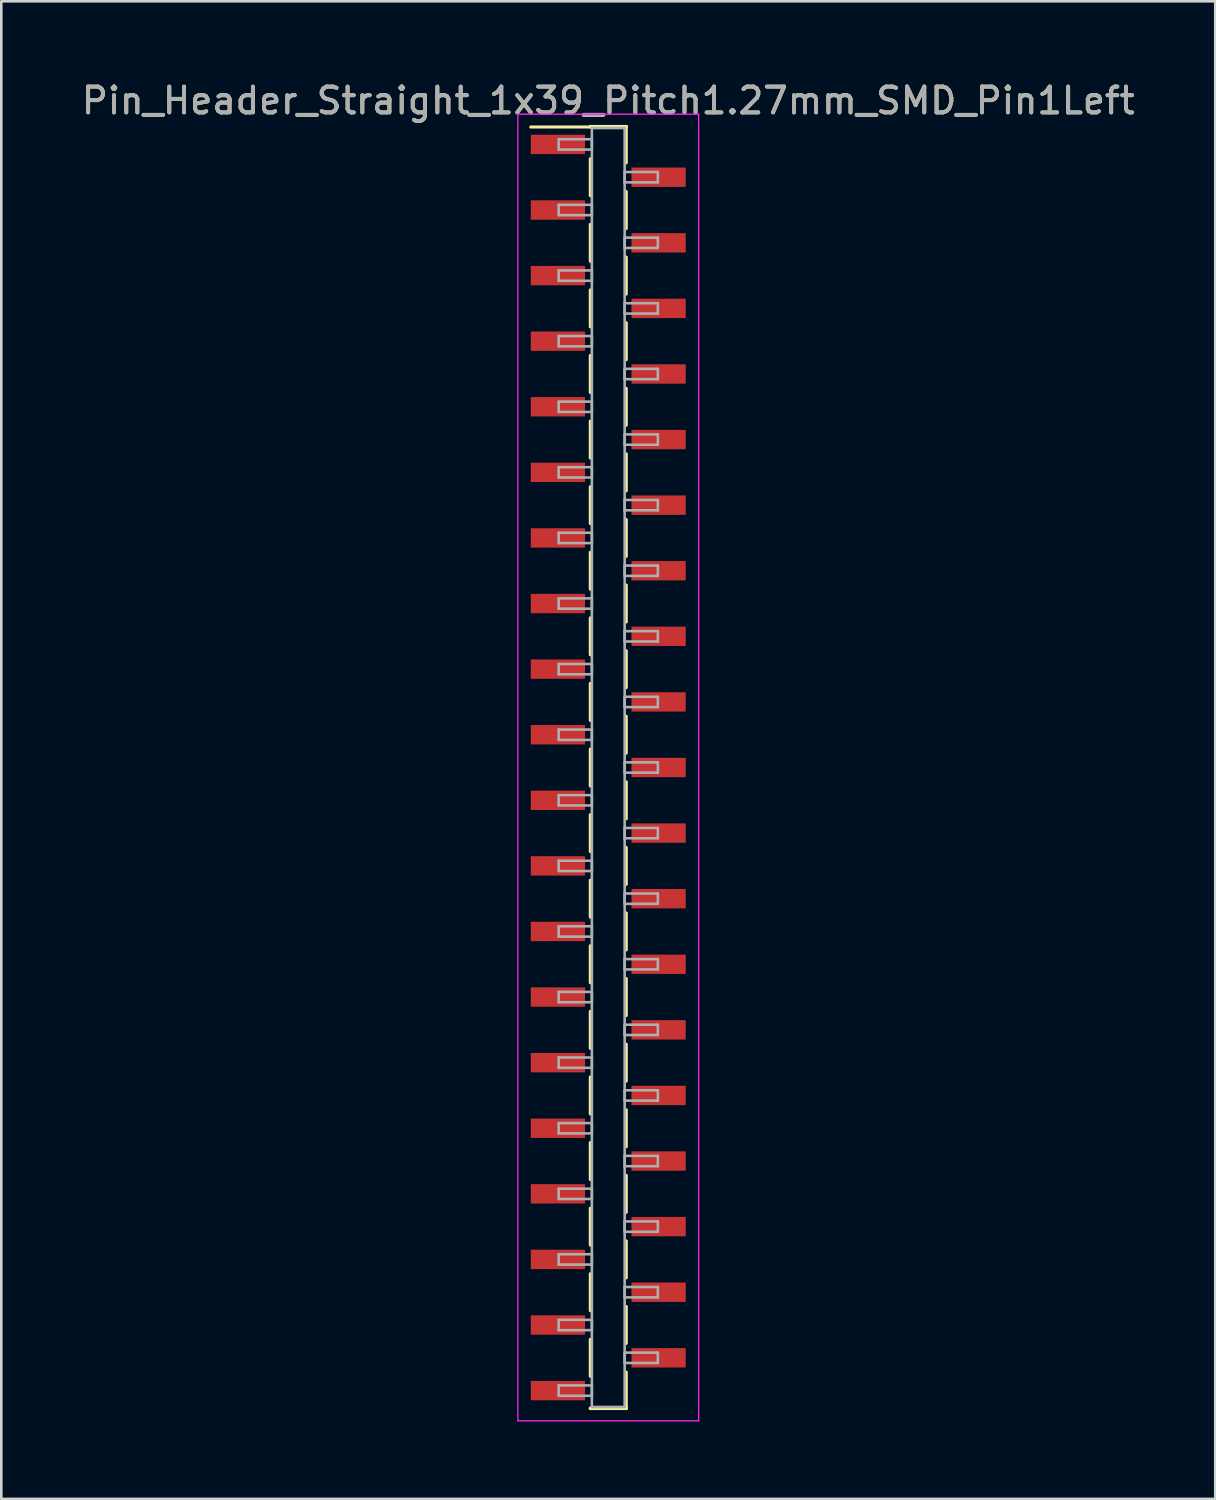
<source format=kicad_pcb>
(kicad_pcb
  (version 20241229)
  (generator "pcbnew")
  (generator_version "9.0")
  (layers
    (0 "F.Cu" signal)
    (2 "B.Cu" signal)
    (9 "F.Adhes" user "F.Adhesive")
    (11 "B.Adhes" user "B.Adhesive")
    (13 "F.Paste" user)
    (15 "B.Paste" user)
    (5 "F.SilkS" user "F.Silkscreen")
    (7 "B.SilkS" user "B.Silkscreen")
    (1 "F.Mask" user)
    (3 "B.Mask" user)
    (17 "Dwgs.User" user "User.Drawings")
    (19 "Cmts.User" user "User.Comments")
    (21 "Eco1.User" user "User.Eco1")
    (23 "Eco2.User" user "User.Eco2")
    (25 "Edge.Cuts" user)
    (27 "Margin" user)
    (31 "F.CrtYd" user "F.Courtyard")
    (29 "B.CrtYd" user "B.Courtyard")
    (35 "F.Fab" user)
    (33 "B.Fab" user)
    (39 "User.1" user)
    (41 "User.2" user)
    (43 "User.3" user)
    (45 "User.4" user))
  (footprint "Pin_Header_Straight_1x39_Pitch1.27mm_SMD_Pin1Left"
    (layer "F.Cu")
    (at 20.506 26.673)
    (property "Reference" "Pin_Header_Straight_1x39_Pitch1.27mm_SMD_Pin1Left" (at 0 -25.825 0) (layer "F.SilkS") (effects (font (size 1 1) (thickness 0.15))))
    (attr smd)
    (fp_line (start -0.695 -24.825) (end 0.695 -24.825) (stroke (width 0.12) (type solid)) (layer "F.SilkS"))
    (fp_line (start -0.695 -24.805) (end -3 -24.805) (stroke (width 0.12) (type solid)) (layer "F.SilkS"))
    (fp_line (start -0.695 -24.805) (end -0.695 -24.825) (stroke (width 0.12) (type solid)) (layer "F.SilkS"))
    (fp_line (start -0.695 -23.575) (end -0.695 -22.145) (stroke (width 0.12) (type solid)) (layer "F.SilkS"))
    (fp_line (start -0.695 -21.035) (end -0.695 -19.605) (stroke (width 0.12) (type solid)) (layer "F.SilkS"))
    (fp_line (start -0.695 -18.495) (end -0.695 -17.065) (stroke (width 0.12) (type solid)) (layer "F.SilkS"))
    (fp_line (start -0.695 -15.955) (end -0.695 -14.525) (stroke (width 0.12) (type solid)) (layer "F.SilkS"))
    (fp_line (start -0.695 -13.415) (end -0.695 -11.985) (stroke (width 0.12) (type solid)) (layer "F.SilkS"))
    (fp_line (start -0.695 -10.875) (end -0.695 -9.445) (stroke (width 0.12) (type solid)) (layer "F.SilkS"))
    (fp_line (start -0.695 -8.335) (end -0.695 -6.905) (stroke (width 0.12) (type solid)) (layer "F.SilkS"))
    (fp_line (start -0.695 -5.795) (end -0.695 -4.365) (stroke (width 0.12) (type solid)) (layer "F.SilkS"))
    (fp_line (start -0.695 -3.255) (end -0.695 -1.825) (stroke (width 0.12) (type solid)) (layer "F.SilkS"))
    (fp_line (start -0.695 -0.715) (end -0.695 0.715) (stroke (width 0.12) (type solid)) (layer "F.SilkS"))
    (fp_line (start -0.695 1.825) (end -0.695 3.255) (stroke (width 0.12) (type solid)) (layer "F.SilkS"))
    (fp_line (start -0.695 4.365) (end -0.695 5.795) (stroke (width 0.12) (type solid)) (layer "F.SilkS"))
    (fp_line (start -0.695 6.905) (end -0.695 8.335) (stroke (width 0.12) (type solid)) (layer "F.SilkS"))
    (fp_line (start -0.695 9.445) (end -0.695 10.875) (stroke (width 0.12) (type solid)) (layer "F.SilkS"))
    (fp_line (start -0.695 11.985) (end -0.695 13.415) (stroke (width 0.12) (type solid)) (layer "F.SilkS"))
    (fp_line (start -0.695 14.525) (end -0.695 15.955) (stroke (width 0.12) (type solid)) (layer "F.SilkS"))
    (fp_line (start -0.695 17.065) (end -0.695 18.495) (stroke (width 0.12) (type solid)) (layer "F.SilkS"))
    (fp_line (start -0.695 19.605) (end -0.695 21.035) (stroke (width 0.12) (type solid)) (layer "F.SilkS"))
    (fp_line (start -0.695 22.145) (end -0.695 23.575) (stroke (width 0.12) (type solid)) (layer "F.SilkS"))
    (fp_line (start -0.695 24.805) (end -0.695 24.825) (stroke (width 0.12) (type solid)) (layer "F.SilkS"))
    (fp_line (start -0.695 24.825) (end 0.695 24.825) (stroke (width 0.12) (type solid)) (layer "F.SilkS"))
    (fp_line (start 0.695 -24.825) (end 0.695 -24.805) (stroke (width 0.12) (type solid)) (layer "F.SilkS"))
    (fp_line (start 0.695 -24.825) (end 0.695 -23.415) (stroke (width 0.12) (type solid)) (layer "F.SilkS"))
    (fp_line (start 0.695 -22.305) (end 0.695 -20.875) (stroke (width 0.12) (type solid)) (layer "F.SilkS"))
    (fp_line (start 0.695 -19.765) (end 0.695 -18.335) (stroke (width 0.12) (type solid)) (layer "F.SilkS"))
    (fp_line (start 0.695 -17.225) (end 0.695 -15.795) (stroke (width 0.12) (type solid)) (layer "F.SilkS"))
    (fp_line (start 0.695 -14.685) (end 0.695 -13.255) (stroke (width 0.12) (type solid)) (layer "F.SilkS"))
    (fp_line (start 0.695 -12.145) (end 0.695 -10.715) (stroke (width 0.12) (type solid)) (layer "F.SilkS"))
    (fp_line (start 0.695 -9.605) (end 0.695 -8.175) (stroke (width 0.12) (type solid)) (layer "F.SilkS"))
    (fp_line (start 0.695 -7.065) (end 0.695 -5.635) (stroke (width 0.12) (type solid)) (layer "F.SilkS"))
    (fp_line (start 0.695 -4.525) (end 0.695 -3.095) (stroke (width 0.12) (type solid)) (layer "F.SilkS"))
    (fp_line (start 0.695 -1.985) (end 0.695 -0.555) (stroke (width 0.12) (type solid)) (layer "F.SilkS"))
    (fp_line (start 0.695 0.555) (end 0.695 1.985) (stroke (width 0.12) (type solid)) (layer "F.SilkS"))
    (fp_line (start 0.695 3.095) (end 0.695 4.525) (stroke (width 0.12) (type solid)) (layer "F.SilkS"))
    (fp_line (start 0.695 5.635) (end 0.695 7.065) (stroke (width 0.12) (type solid)) (layer "F.SilkS"))
    (fp_line (start 0.695 8.175) (end 0.695 9.605) (stroke (width 0.12) (type solid)) (layer "F.SilkS"))
    (fp_line (start 0.695 10.715) (end 0.695 12.145) (stroke (width 0.12) (type solid)) (layer "F.SilkS"))
    (fp_line (start 0.695 13.255) (end 0.695 14.685) (stroke (width 0.12) (type solid)) (layer "F.SilkS"))
    (fp_line (start 0.695 15.795) (end 0.695 17.225) (stroke (width 0.12) (type solid)) (layer "F.SilkS"))
    (fp_line (start 0.695 18.335) (end 0.695 19.765) (stroke (width 0.12) (type solid)) (layer "F.SilkS"))
    (fp_line (start 0.695 20.875) (end 0.695 22.305) (stroke (width 0.12) (type solid)) (layer "F.SilkS"))
    (fp_line (start 0.695 23.415) (end 0.695 24.825) (stroke (width 0.12) (type solid)) (layer "F.SilkS"))
    (fp_line (start 0.695 24.825) (end 0.695 24.805) (stroke (width 0.12) (type solid)) (layer "F.SilkS"))
    (fp_line (start -3.5 -25.3) (end -3.5 25.3) (stroke (width 0.05) (type solid)) (layer "F.CrtYd"))
    (fp_line (start -3.5 25.3) (end 3.5 25.3) (stroke (width 0.05) (type solid)) (layer "F.CrtYd"))
    (fp_line (start 3.5 -25.3) (end -3.5 -25.3) (stroke (width 0.05) (type solid)) (layer "F.CrtYd"))
    (fp_line (start 3.5 25.3) (end 3.5 -25.3) (stroke (width 0.05) (type solid)) (layer "F.CrtYd"))
    (fp_line (start -1.92 -24.33) (end -0.635 -24.33) (stroke (width 0.1) (type solid)) (layer "F.Fab"))
    (fp_line (start -1.92 -23.93) (end -1.92 -24.33) (stroke (width 0.1) (type solid)) (layer "F.Fab"))
    (fp_line (start -1.92 -21.79) (end -0.635 -21.79) (stroke (width 0.1) (type solid)) (layer "F.Fab"))
    (fp_line (start -1.92 -21.39) (end -1.92 -21.79) (stroke (width 0.1) (type solid)) (layer "F.Fab"))
    (fp_line (start -1.92 -19.25) (end -0.635 -19.25) (stroke (width 0.1) (type solid)) (layer "F.Fab"))
    (fp_line (start -1.92 -18.85) (end -1.92 -19.25) (stroke (width 0.1) (type solid)) (layer "F.Fab"))
    (fp_line (start -1.92 -16.71) (end -0.635 -16.71) (stroke (width 0.1) (type solid)) (layer "F.Fab"))
    (fp_line (start -1.92 -16.31) (end -1.92 -16.71) (stroke (width 0.1) (type solid)) (layer "F.Fab"))
    (fp_line (start -1.92 -14.17) (end -0.635 -14.17) (stroke (width 0.1) (type solid)) (layer "F.Fab"))
    (fp_line (start -1.92 -13.77) (end -1.92 -14.17) (stroke (width 0.1) (type solid)) (layer "F.Fab"))
    (fp_line (start -1.92 -11.63) (end -0.635 -11.63) (stroke (width 0.1) (type solid)) (layer "F.Fab"))
    (fp_line (start -1.92 -11.23) (end -1.92 -11.63) (stroke (width 0.1) (type solid)) (layer "F.Fab"))
    (fp_line (start -1.92 -9.09) (end -0.635 -9.09) (stroke (width 0.1) (type solid)) (layer "F.Fab"))
    (fp_line (start -1.92 -8.69) (end -1.92 -9.09) (stroke (width 0.1) (type solid)) (layer "F.Fab"))
    (fp_line (start -1.92 -6.55) (end -0.635 -6.55) (stroke (width 0.1) (type solid)) (layer "F.Fab"))
    (fp_line (start -1.92 -6.15) (end -1.92 -6.55) (stroke (width 0.1) (type solid)) (layer "F.Fab"))
    (fp_line (start -1.92 -4.01) (end -0.635 -4.01) (stroke (width 0.1) (type solid)) (layer "F.Fab"))
    (fp_line (start -1.92 -3.61) (end -1.92 -4.01) (stroke (width 0.1) (type solid)) (layer "F.Fab"))
    (fp_line (start -1.92 -1.47) (end -0.635 -1.47) (stroke (width 0.1) (type solid)) (layer "F.Fab"))
    (fp_line (start -1.92 -1.07) (end -1.92 -1.47) (stroke (width 0.1) (type solid)) (layer "F.Fab"))
    (fp_line (start -1.92 1.07) (end -0.635 1.07) (stroke (width 0.1) (type solid)) (layer "F.Fab"))
    (fp_line (start -1.92 1.47) (end -1.92 1.07) (stroke (width 0.1) (type solid)) (layer "F.Fab"))
    (fp_line (start -1.92 3.61) (end -0.635 3.61) (stroke (width 0.1) (type solid)) (layer "F.Fab"))
    (fp_line (start -1.92 4.01) (end -1.92 3.61) (stroke (width 0.1) (type solid)) (layer "F.Fab"))
    (fp_line (start -1.92 6.15) (end -0.635 6.15) (stroke (width 0.1) (type solid)) (layer "F.Fab"))
    (fp_line (start -1.92 6.55) (end -1.92 6.15) (stroke (width 0.1) (type solid)) (layer "F.Fab"))
    (fp_line (start -1.92 8.69) (end -0.635 8.69) (stroke (width 0.1) (type solid)) (layer "F.Fab"))
    (fp_line (start -1.92 9.09) (end -1.92 8.69) (stroke (width 0.1) (type solid)) (layer "F.Fab"))
    (fp_line (start -1.92 11.23) (end -0.635 11.23) (stroke (width 0.1) (type solid)) (layer "F.Fab"))
    (fp_line (start -1.92 11.63) (end -1.92 11.23) (stroke (width 0.1) (type solid)) (layer "F.Fab"))
    (fp_line (start -1.92 13.77) (end -0.635 13.77) (stroke (width 0.1) (type solid)) (layer "F.Fab"))
    (fp_line (start -1.92 14.17) (end -1.92 13.77) (stroke (width 0.1) (type solid)) (layer "F.Fab"))
    (fp_line (start -1.92 16.31) (end -0.635 16.31) (stroke (width 0.1) (type solid)) (layer "F.Fab"))
    (fp_line (start -1.92 16.71) (end -1.92 16.31) (stroke (width 0.1) (type solid)) (layer "F.Fab"))
    (fp_line (start -1.92 18.85) (end -0.635 18.85) (stroke (width 0.1) (type solid)) (layer "F.Fab"))
    (fp_line (start -1.92 19.25) (end -1.92 18.85) (stroke (width 0.1) (type solid)) (layer "F.Fab"))
    (fp_line (start -1.92 21.39) (end -0.635 21.39) (stroke (width 0.1) (type solid)) (layer "F.Fab"))
    (fp_line (start -1.92 21.79) (end -1.92 21.39) (stroke (width 0.1) (type solid)) (layer "F.Fab"))
    (fp_line (start -1.92 23.93) (end -0.635 23.93) (stroke (width 0.1) (type solid)) (layer "F.Fab"))
    (fp_line (start -1.92 24.33) (end -1.92 23.93) (stroke (width 0.1) (type solid)) (layer "F.Fab"))
    (fp_line (start -0.635 -24.765) (end -0.635 24.765) (stroke (width 0.1) (type solid)) (layer "F.Fab"))
    (fp_line (start -0.635 -24.33) (end -0.635 -23.93) (stroke (width 0.1) (type solid)) (layer "F.Fab"))
    (fp_line (start -0.635 -23.93) (end -1.92 -23.93) (stroke (width 0.1) (type solid)) (layer "F.Fab"))
    (fp_line (start -0.635 -21.79) (end -0.635 -21.39) (stroke (width 0.1) (type solid)) (layer "F.Fab"))
    (fp_line (start -0.635 -21.39) (end -1.92 -21.39) (stroke (width 0.1) (type solid)) (layer "F.Fab"))
    (fp_line (start -0.635 -19.25) (end -0.635 -18.85) (stroke (width 0.1) (type solid)) (layer "F.Fab"))
    (fp_line (start -0.635 -18.85) (end -1.92 -18.85) (stroke (width 0.1) (type solid)) (layer "F.Fab"))
    (fp_line (start -0.635 -16.71) (end -0.635 -16.31) (stroke (width 0.1) (type solid)) (layer "F.Fab"))
    (fp_line (start -0.635 -16.31) (end -1.92 -16.31) (stroke (width 0.1) (type solid)) (layer "F.Fab"))
    (fp_line (start -0.635 -14.17) (end -0.635 -13.77) (stroke (width 0.1) (type solid)) (layer "F.Fab"))
    (fp_line (start -0.635 -13.77) (end -1.92 -13.77) (stroke (width 0.1) (type solid)) (layer "F.Fab"))
    (fp_line (start -0.635 -11.63) (end -0.635 -11.23) (stroke (width 0.1) (type solid)) (layer "F.Fab"))
    (fp_line (start -0.635 -11.23) (end -1.92 -11.23) (stroke (width 0.1) (type solid)) (layer "F.Fab"))
    (fp_line (start -0.635 -9.09) (end -0.635 -8.69) (stroke (width 0.1) (type solid)) (layer "F.Fab"))
    (fp_line (start -0.635 -8.69) (end -1.92 -8.69) (stroke (width 0.1) (type solid)) (layer "F.Fab"))
    (fp_line (start -0.635 -6.55) (end -0.635 -6.15) (stroke (width 0.1) (type solid)) (layer "F.Fab"))
    (fp_line (start -0.635 -6.15) (end -1.92 -6.15) (stroke (width 0.1) (type solid)) (layer "F.Fab"))
    (fp_line (start -0.635 -4.01) (end -0.635 -3.61) (stroke (width 0.1) (type solid)) (layer "F.Fab"))
    (fp_line (start -0.635 -3.61) (end -1.92 -3.61) (stroke (width 0.1) (type solid)) (layer "F.Fab"))
    (fp_line (start -0.635 -1.47) (end -0.635 -1.07) (stroke (width 0.1) (type solid)) (layer "F.Fab"))
    (fp_line (start -0.635 -1.07) (end -1.92 -1.07) (stroke (width 0.1) (type solid)) (layer "F.Fab"))
    (fp_line (start -0.635 1.07) (end -0.635 1.47) (stroke (width 0.1) (type solid)) (layer "F.Fab"))
    (fp_line (start -0.635 1.47) (end -1.92 1.47) (stroke (width 0.1) (type solid)) (layer "F.Fab"))
    (fp_line (start -0.635 3.61) (end -0.635 4.01) (stroke (width 0.1) (type solid)) (layer "F.Fab"))
    (fp_line (start -0.635 4.01) (end -1.92 4.01) (stroke (width 0.1) (type solid)) (layer "F.Fab"))
    (fp_line (start -0.635 6.15) (end -0.635 6.55) (stroke (width 0.1) (type solid)) (layer "F.Fab"))
    (fp_line (start -0.635 6.55) (end -1.92 6.55) (stroke (width 0.1) (type solid)) (layer "F.Fab"))
    (fp_line (start -0.635 8.69) (end -0.635 9.09) (stroke (width 0.1) (type solid)) (layer "F.Fab"))
    (fp_line (start -0.635 9.09) (end -1.92 9.09) (stroke (width 0.1) (type solid)) (layer "F.Fab"))
    (fp_line (start -0.635 11.23) (end -0.635 11.63) (stroke (width 0.1) (type solid)) (layer "F.Fab"))
    (fp_line (start -0.635 11.63) (end -1.92 11.63) (stroke (width 0.1) (type solid)) (layer "F.Fab"))
    (fp_line (start -0.635 13.77) (end -0.635 14.17) (stroke (width 0.1) (type solid)) (layer "F.Fab"))
    (fp_line (start -0.635 14.17) (end -1.92 14.17) (stroke (width 0.1) (type solid)) (layer "F.Fab"))
    (fp_line (start -0.635 16.31) (end -0.635 16.71) (stroke (width 0.1) (type solid)) (layer "F.Fab"))
    (fp_line (start -0.635 16.71) (end -1.92 16.71) (stroke (width 0.1) (type solid)) (layer "F.Fab"))
    (fp_line (start -0.635 18.85) (end -0.635 19.25) (stroke (width 0.1) (type solid)) (layer "F.Fab"))
    (fp_line (start -0.635 19.25) (end -1.92 19.25) (stroke (width 0.1) (type solid)) (layer "F.Fab"))
    (fp_line (start -0.635 21.39) (end -0.635 21.79) (stroke (width 0.1) (type solid)) (layer "F.Fab"))
    (fp_line (start -0.635 21.79) (end -1.92 21.79) (stroke (width 0.1) (type solid)) (layer "F.Fab"))
    (fp_line (start -0.635 23.93) (end -0.635 24.33) (stroke (width 0.1) (type solid)) (layer "F.Fab"))
    (fp_line (start -0.635 24.33) (end -1.92 24.33) (stroke (width 0.1) (type solid)) (layer "F.Fab"))
    (fp_line (start -0.635 24.765) (end 0.635 24.765) (stroke (width 0.1) (type solid)) (layer "F.Fab"))
    (fp_line (start 0.635 -24.765) (end -0.635 -24.765) (stroke (width 0.1) (type solid)) (layer "F.Fab"))
    (fp_line (start 0.635 -23.06) (end 0.635 -22.66) (stroke (width 0.1) (type solid)) (layer "F.Fab"))
    (fp_line (start 0.635 -22.66) (end 1.92 -22.66) (stroke (width 0.1) (type solid)) (layer "F.Fab"))
    (fp_line (start 0.635 -20.52) (end 0.635 -20.12) (stroke (width 0.1) (type solid)) (layer "F.Fab"))
    (fp_line (start 0.635 -20.12) (end 1.92 -20.12) (stroke (width 0.1) (type solid)) (layer "F.Fab"))
    (fp_line (start 0.635 -17.98) (end 0.635 -17.58) (stroke (width 0.1) (type solid)) (layer "F.Fab"))
    (fp_line (start 0.635 -17.58) (end 1.92 -17.58) (stroke (width 0.1) (type solid)) (layer "F.Fab"))
    (fp_line (start 0.635 -15.44) (end 0.635 -15.04) (stroke (width 0.1) (type solid)) (layer "F.Fab"))
    (fp_line (start 0.635 -15.04) (end 1.92 -15.04) (stroke (width 0.1) (type solid)) (layer "F.Fab"))
    (fp_line (start 0.635 -12.9) (end 0.635 -12.5) (stroke (width 0.1) (type solid)) (layer "F.Fab"))
    (fp_line (start 0.635 -12.5) (end 1.92 -12.5) (stroke (width 0.1) (type solid)) (layer "F.Fab"))
    (fp_line (start 0.635 -10.36) (end 0.635 -9.96) (stroke (width 0.1) (type solid)) (layer "F.Fab"))
    (fp_line (start 0.635 -9.96) (end 1.92 -9.96) (stroke (width 0.1) (type solid)) (layer "F.Fab"))
    (fp_line (start 0.635 -7.82) (end 0.635 -7.42) (stroke (width 0.1) (type solid)) (layer "F.Fab"))
    (fp_line (start 0.635 -7.42) (end 1.92 -7.42) (stroke (width 0.1) (type solid)) (layer "F.Fab"))
    (fp_line (start 0.635 -5.28) (end 0.635 -4.88) (stroke (width 0.1) (type solid)) (layer "F.Fab"))
    (fp_line (start 0.635 -4.88) (end 1.92 -4.88) (stroke (width 0.1) (type solid)) (layer "F.Fab"))
    (fp_line (start 0.635 -2.74) (end 0.635 -2.34) (stroke (width 0.1) (type solid)) (layer "F.Fab"))
    (fp_line (start 0.635 -2.34) (end 1.92 -2.34) (stroke (width 0.1) (type solid)) (layer "F.Fab"))
    (fp_line (start 0.635 -0.2) (end 0.635 0.2) (stroke (width 0.1) (type solid)) (layer "F.Fab"))
    (fp_line (start 0.635 0.2) (end 1.92 0.2) (stroke (width 0.1) (type solid)) (layer "F.Fab"))
    (fp_line (start 0.635 2.34) (end 0.635 2.74) (stroke (width 0.1) (type solid)) (layer "F.Fab"))
    (fp_line (start 0.635 2.74) (end 1.92 2.74) (stroke (width 0.1) (type solid)) (layer "F.Fab"))
    (fp_line (start 0.635 4.88) (end 0.635 5.28) (stroke (width 0.1) (type solid)) (layer "F.Fab"))
    (fp_line (start 0.635 5.28) (end 1.92 5.28) (stroke (width 0.1) (type solid)) (layer "F.Fab"))
    (fp_line (start 0.635 7.42) (end 0.635 7.82) (stroke (width 0.1) (type solid)) (layer "F.Fab"))
    (fp_line (start 0.635 7.82) (end 1.92 7.82) (stroke (width 0.1) (type solid)) (layer "F.Fab"))
    (fp_line (start 0.635 9.96) (end 0.635 10.36) (stroke (width 0.1) (type solid)) (layer "F.Fab"))
    (fp_line (start 0.635 10.36) (end 1.92 10.36) (stroke (width 0.1) (type solid)) (layer "F.Fab"))
    (fp_line (start 0.635 12.5) (end 0.635 12.9) (stroke (width 0.1) (type solid)) (layer "F.Fab"))
    (fp_line (start 0.635 12.9) (end 1.92 12.9) (stroke (width 0.1) (type solid)) (layer "F.Fab"))
    (fp_line (start 0.635 15.04) (end 0.635 15.44) (stroke (width 0.1) (type solid)) (layer "F.Fab"))
    (fp_line (start 0.635 15.44) (end 1.92 15.44) (stroke (width 0.1) (type solid)) (layer "F.Fab"))
    (fp_line (start 0.635 17.58) (end 0.635 17.98) (stroke (width 0.1) (type solid)) (layer "F.Fab"))
    (fp_line (start 0.635 17.98) (end 1.92 17.98) (stroke (width 0.1) (type solid)) (layer "F.Fab"))
    (fp_line (start 0.635 20.12) (end 0.635 20.52) (stroke (width 0.1) (type solid)) (layer "F.Fab"))
    (fp_line (start 0.635 20.52) (end 1.92 20.52) (stroke (width 0.1) (type solid)) (layer "F.Fab"))
    (fp_line (start 0.635 22.66) (end 0.635 23.06) (stroke (width 0.1) (type solid)) (layer "F.Fab"))
    (fp_line (start 0.635 23.06) (end 1.92 23.06) (stroke (width 0.1) (type solid)) (layer "F.Fab"))
    (fp_line (start 0.635 24.765) (end 0.635 -24.765) (stroke (width 0.1) (type solid)) (layer "F.Fab"))
    (fp_line (start 1.92 -23.06) (end 0.635 -23.06) (stroke (width 0.1) (type solid)) (layer "F.Fab"))
    (fp_line (start 1.92 -22.66) (end 1.92 -23.06) (stroke (width 0.1) (type solid)) (layer "F.Fab"))
    (fp_line (start 1.92 -20.52) (end 0.635 -20.52) (stroke (width 0.1) (type solid)) (layer "F.Fab"))
    (fp_line (start 1.92 -20.12) (end 1.92 -20.52) (stroke (width 0.1) (type solid)) (layer "F.Fab"))
    (fp_line (start 1.92 -17.98) (end 0.635 -17.98) (stroke (width 0.1) (type solid)) (layer "F.Fab"))
    (fp_line (start 1.92 -17.58) (end 1.92 -17.98) (stroke (width 0.1) (type solid)) (layer "F.Fab"))
    (fp_line (start 1.92 -15.44) (end 0.635 -15.44) (stroke (width 0.1) (type solid)) (layer "F.Fab"))
    (fp_line (start 1.92 -15.04) (end 1.92 -15.44) (stroke (width 0.1) (type solid)) (layer "F.Fab"))
    (fp_line (start 1.92 -12.9) (end 0.635 -12.9) (stroke (width 0.1) (type solid)) (layer "F.Fab"))
    (fp_line (start 1.92 -12.5) (end 1.92 -12.9) (stroke (width 0.1) (type solid)) (layer "F.Fab"))
    (fp_line (start 1.92 -10.36) (end 0.635 -10.36) (stroke (width 0.1) (type solid)) (layer "F.Fab"))
    (fp_line (start 1.92 -9.96) (end 1.92 -10.36) (stroke (width 0.1) (type solid)) (layer "F.Fab"))
    (fp_line (start 1.92 -7.82) (end 0.635 -7.82) (stroke (width 0.1) (type solid)) (layer "F.Fab"))
    (fp_line (start 1.92 -7.42) (end 1.92 -7.82) (stroke (width 0.1) (type solid)) (layer "F.Fab"))
    (fp_line (start 1.92 -5.28) (end 0.635 -5.28) (stroke (width 0.1) (type solid)) (layer "F.Fab"))
    (fp_line (start 1.92 -4.88) (end 1.92 -5.28) (stroke (width 0.1) (type solid)) (layer "F.Fab"))
    (fp_line (start 1.92 -2.74) (end 0.635 -2.74) (stroke (width 0.1) (type solid)) (layer "F.Fab"))
    (fp_line (start 1.92 -2.34) (end 1.92 -2.74) (stroke (width 0.1) (type solid)) (layer "F.Fab"))
    (fp_line (start 1.92 -0.2) (end 0.635 -0.2) (stroke (width 0.1) (type solid)) (layer "F.Fab"))
    (fp_line (start 1.92 0.2) (end 1.92 -0.2) (stroke (width 0.1) (type solid)) (layer "F.Fab"))
    (fp_line (start 1.92 2.34) (end 0.635 2.34) (stroke (width 0.1) (type solid)) (layer "F.Fab"))
    (fp_line (start 1.92 2.74) (end 1.92 2.34) (stroke (width 0.1) (type solid)) (layer "F.Fab"))
    (fp_line (start 1.92 4.88) (end 0.635 4.88) (stroke (width 0.1) (type solid)) (layer "F.Fab"))
    (fp_line (start 1.92 5.28) (end 1.92 4.88) (stroke (width 0.1) (type solid)) (layer "F.Fab"))
    (fp_line (start 1.92 7.42) (end 0.635 7.42) (stroke (width 0.1) (type solid)) (layer "F.Fab"))
    (fp_line (start 1.92 7.82) (end 1.92 7.42) (stroke (width 0.1) (type solid)) (layer "F.Fab"))
    (fp_line (start 1.92 9.96) (end 0.635 9.96) (stroke (width 0.1) (type solid)) (layer "F.Fab"))
    (fp_line (start 1.92 10.36) (end 1.92 9.96) (stroke (width 0.1) (type solid)) (layer "F.Fab"))
    (fp_line (start 1.92 12.5) (end 0.635 12.5) (stroke (width 0.1) (type solid)) (layer "F.Fab"))
    (fp_line (start 1.92 12.9) (end 1.92 12.5) (stroke (width 0.1) (type solid)) (layer "F.Fab"))
    (fp_line (start 1.92 15.04) (end 0.635 15.04) (stroke (width 0.1) (type solid)) (layer "F.Fab"))
    (fp_line (start 1.92 15.44) (end 1.92 15.04) (stroke (width 0.1) (type solid)) (layer "F.Fab"))
    (fp_line (start 1.92 17.58) (end 0.635 17.58) (stroke (width 0.1) (type solid)) (layer "F.Fab"))
    (fp_line (start 1.92 17.98) (end 1.92 17.58) (stroke (width 0.1) (type solid)) (layer "F.Fab"))
    (fp_line (start 1.92 20.12) (end 0.635 20.12) (stroke (width 0.1) (type solid)) (layer "F.Fab"))
    (fp_line (start 1.92 20.52) (end 1.92 20.12) (stroke (width 0.1) (type solid)) (layer "F.Fab"))
    (fp_line (start 1.92 22.66) (end 0.635 22.66) (stroke (width 0.1) (type solid)) (layer "F.Fab"))
    (fp_line (start 1.92 23.06) (end 1.92 22.66) (stroke (width 0.1) (type solid)) (layer "F.Fab"))
    (fp_text user "${REFERENCE}" (at 0 -25.825 0) (layer "F.Fab") (effects (font (size 1 1) (thickness 0.15))))
    (pad "1" smd rect (at -1.95 -24.13) (size 2.1 0.75) (layers "F.Cu" "F.Mask" "F.Paste"))
    (pad "2" smd rect (at 1.95 -22.86) (size 2.1 0.75) (layers "F.Cu" "F.Mask" "F.Paste"))
    (pad "3" smd rect (at -1.95 -21.59) (size 2.1 0.75) (layers "F.Cu" "F.Mask" "F.Paste"))
    (pad "4" smd rect (at 1.95 -20.32) (size 2.1 0.75) (layers "F.Cu" "F.Mask" "F.Paste"))
    (pad "5" smd rect (at -1.95 -19.05) (size 2.1 0.75) (layers "F.Cu" "F.Mask" "F.Paste"))
    (pad "6" smd rect (at 1.95 -17.78) (size 2.1 0.75) (layers "F.Cu" "F.Mask" "F.Paste"))
    (pad "7" smd rect (at -1.95 -16.51) (size 2.1 0.75) (layers "F.Cu" "F.Mask" "F.Paste"))
    (pad "8" smd rect (at 1.95 -15.24) (size 2.1 0.75) (layers "F.Cu" "F.Mask" "F.Paste"))
    (pad "9" smd rect (at -1.95 -13.97) (size 2.1 0.75) (layers "F.Cu" "F.Mask" "F.Paste"))
    (pad "10" smd rect (at 1.95 -12.7) (size 2.1 0.75) (layers "F.Cu" "F.Mask" "F.Paste"))
    (pad "11" smd rect (at -1.95 -11.43) (size 2.1 0.75) (layers "F.Cu" "F.Mask" "F.Paste"))
    (pad "12" smd rect (at 1.95 -10.16) (size 2.1 0.75) (layers "F.Cu" "F.Mask" "F.Paste"))
    (pad "13" smd rect (at -1.95 -8.89) (size 2.1 0.75) (layers "F.Cu" "F.Mask" "F.Paste"))
    (pad "14" smd rect (at 1.95 -7.62) (size 2.1 0.75) (layers "F.Cu" "F.Mask" "F.Paste"))
    (pad "15" smd rect (at -1.95 -6.35) (size 2.1 0.75) (layers "F.Cu" "F.Mask" "F.Paste"))
    (pad "16" smd rect (at 1.95 -5.08) (size 2.1 0.75) (layers "F.Cu" "F.Mask" "F.Paste"))
    (pad "17" smd rect (at -1.95 -3.81) (size 2.1 0.75) (layers "F.Cu" "F.Mask" "F.Paste"))
    (pad "18" smd rect (at 1.95 -2.54) (size 2.1 0.75) (layers "F.Cu" "F.Mask" "F.Paste"))
    (pad "19" smd rect (at -1.95 -1.27) (size 2.1 0.75) (layers "F.Cu" "F.Mask" "F.Paste"))
    (pad "20" smd rect (at 1.95 0) (size 2.1 0.75) (layers "F.Cu" "F.Mask" "F.Paste"))
    (pad "21" smd rect (at -1.95 1.27) (size 2.1 0.75) (layers "F.Cu" "F.Mask" "F.Paste"))
    (pad "22" smd rect (at 1.95 2.54) (size 2.1 0.75) (layers "F.Cu" "F.Mask" "F.Paste"))
    (pad "23" smd rect (at -1.95 3.81) (size 2.1 0.75) (layers "F.Cu" "F.Mask" "F.Paste"))
    (pad "24" smd rect (at 1.95 5.08) (size 2.1 0.75) (layers "F.Cu" "F.Mask" "F.Paste"))
    (pad "25" smd rect (at -1.95 6.35) (size 2.1 0.75) (layers "F.Cu" "F.Mask" "F.Paste"))
    (pad "26" smd rect (at 1.95 7.62) (size 2.1 0.75) (layers "F.Cu" "F.Mask" "F.Paste"))
    (pad "27" smd rect (at -1.95 8.89) (size 2.1 0.75) (layers "F.Cu" "F.Mask" "F.Paste"))
    (pad "28" smd rect (at 1.95 10.16) (size 2.1 0.75) (layers "F.Cu" "F.Mask" "F.Paste"))
    (pad "29" smd rect (at -1.95 11.43) (size 2.1 0.75) (layers "F.Cu" "F.Mask" "F.Paste"))
    (pad "30" smd rect (at 1.95 12.7) (size 2.1 0.75) (layers "F.Cu" "F.Mask" "F.Paste"))
    (pad "31" smd rect (at -1.95 13.97) (size 2.1 0.75) (layers "F.Cu" "F.Mask" "F.Paste"))
    (pad "32" smd rect (at 1.95 15.24) (size 2.1 0.75) (layers "F.Cu" "F.Mask" "F.Paste"))
    (pad "33" smd rect (at -1.95 16.51) (size 2.1 0.75) (layers "F.Cu" "F.Mask" "F.Paste"))
    (pad "34" smd rect (at 1.95 17.78) (size 2.1 0.75) (layers "F.Cu" "F.Mask" "F.Paste"))
    (pad "35" smd rect (at -1.95 19.05) (size 2.1 0.75) (layers "F.Cu" "F.Mask" "F.Paste"))
    (pad "36" smd rect (at 1.95 20.32) (size 2.1 0.75) (layers "F.Cu" "F.Mask" "F.Paste"))
    (pad "37" smd rect (at -1.95 21.59) (size 2.1 0.75) (layers "F.Cu" "F.Mask" "F.Paste"))
    (pad "38" smd rect (at 1.95 22.86) (size 2.1 0.75) (layers "F.Cu" "F.Mask" "F.Paste"))
    (pad "39" smd rect (at -1.95 24.13) (size 2.1 0.75) (layers "F.Cu" "F.Mask" "F.Paste")))
  (gr_rect
    (start -3 -3)
    (end 44.012 54.998)
    (stroke (width 0.1) (type default))
    (fill no)
    (layer "Edge.Cuts")))
</source>
